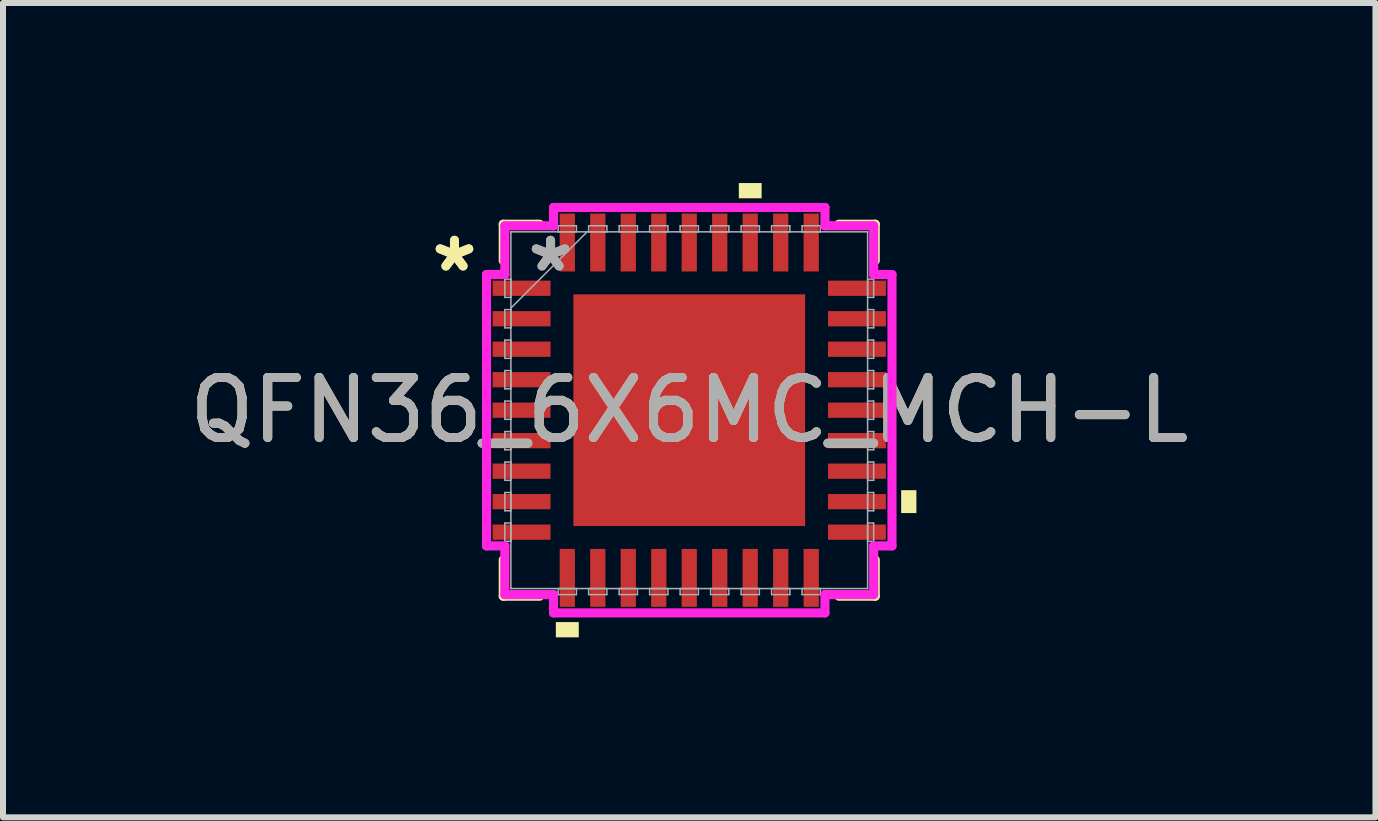
<source format=kicad_pcb>
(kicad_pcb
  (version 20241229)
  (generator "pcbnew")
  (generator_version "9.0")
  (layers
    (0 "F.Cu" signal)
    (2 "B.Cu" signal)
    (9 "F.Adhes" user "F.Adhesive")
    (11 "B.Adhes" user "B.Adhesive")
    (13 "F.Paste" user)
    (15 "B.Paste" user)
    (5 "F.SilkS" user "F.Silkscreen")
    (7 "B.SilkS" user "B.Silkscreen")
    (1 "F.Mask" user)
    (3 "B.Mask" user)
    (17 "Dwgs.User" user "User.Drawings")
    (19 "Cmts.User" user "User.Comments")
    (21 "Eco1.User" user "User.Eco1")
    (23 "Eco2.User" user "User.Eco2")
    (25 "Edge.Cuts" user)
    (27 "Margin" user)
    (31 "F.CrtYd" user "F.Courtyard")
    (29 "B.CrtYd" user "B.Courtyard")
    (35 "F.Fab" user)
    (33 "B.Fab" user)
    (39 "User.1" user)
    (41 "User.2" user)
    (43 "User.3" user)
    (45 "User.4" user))
  (footprint "QFN36_6X6MC_MCH-L"
    (layer "F.Cu")
    (at 8.435 3.785)
    (property "Reference" "QFN36_6X6MC_MCH-L" (at 0 0 0) (unlocked yes) (layer "F.SilkS") (effects (font (size 1 1) (thickness 0.15))))
    (attr smd)
    (fp_poly (pts (xy -1.994 -1.994) (xy -1.381 -1.994) (xy -1.381 1.994) (xy -1.994 1.994)) (stroke (width 0) (type solid)) (fill yes) (layer "F.Mask"))
    (fp_poly (pts (xy -1.994 -1.994) (xy 1.994 -1.994) (xy 1.994 -1.381) (xy -1.994 -1.381)) (stroke (width 0) (type solid)) (fill yes) (layer "F.Mask"))
    (fp_poly (pts (xy -1.994 -0.981) (xy 1.994 -0.981) (xy 1.994 -0.594) (xy -1.994 -0.594)) (stroke (width 0) (type solid)) (fill yes) (layer "F.Mask"))
    (fp_poly (pts (xy -1.994 -0.194) (xy 1.994 -0.194) (xy 1.994 0.194) (xy -1.994 0.194)) (stroke (width 0) (type solid)) (fill yes) (layer "F.Mask"))
    (fp_poly (pts (xy -1.994 0.594) (xy 1.994 0.594) (xy 1.994 0.981) (xy -1.994 0.981)) (stroke (width 0) (type solid)) (fill yes) (layer "F.Mask"))
    (fp_poly (pts (xy -1.994 1.381) (xy 1.994 1.381) (xy 1.994 1.994) (xy -1.994 1.994)) (stroke (width 0) (type solid)) (fill yes) (layer "F.Mask"))
    (fp_poly (pts (xy -0.594 -1.994) (xy -0.981 -1.994) (xy -0.981 1.994) (xy -0.594 1.994)) (stroke (width 0) (type solid)) (fill yes) (layer "F.Mask"))
    (fp_poly (pts (xy 0.194 -1.994) (xy -0.194 -1.994) (xy -0.194 1.994) (xy 0.194 1.994)) (stroke (width 0) (type solid)) (fill yes) (layer "F.Mask"))
    (fp_poly (pts (xy 0.981 -1.994) (xy 0.594 -1.994) (xy 0.594 1.994) (xy 0.981 1.994)) (stroke (width 0) (type solid)) (fill yes) (layer "F.Mask"))
    (fp_poly (pts (xy 1.381 -1.994) (xy 1.994 -1.994) (xy 1.994 1.994) (xy 1.381 1.994)) (stroke (width 0) (type solid)) (fill yes) (layer "F.Mask"))
    (fp_line (start -3.099 -3.099) (end -3.099 -2.492) (stroke (width 0.152) (type solid)) (layer "F.SilkS"))
    (fp_line (start -3.099 2.492) (end -3.099 3.099) (stroke (width 0.152) (type solid)) (layer "F.SilkS"))
    (fp_line (start -3.099 3.099) (end -2.492 3.099) (stroke (width 0.152) (type solid)) (layer "F.SilkS"))
    (fp_line (start -2.492 -3.099) (end -3.099 -3.099) (stroke (width 0.152) (type solid)) (layer "F.SilkS"))
    (fp_line (start 2.492 3.099) (end 3.099 3.099) (stroke (width 0.152) (type solid)) (layer "F.SilkS"))
    (fp_line (start 3.099 -3.099) (end 2.492 -3.099) (stroke (width 0.152) (type solid)) (layer "F.SilkS"))
    (fp_line (start 3.099 -2.492) (end 3.099 -3.099) (stroke (width 0.152) (type solid)) (layer "F.SilkS"))
    (fp_line (start 3.099 3.099) (end 3.099 2.492) (stroke (width 0.152) (type solid)) (layer "F.SilkS"))
    (fp_poly (pts (xy -2.223 3.531) (xy -2.223 3.785) (xy -1.841 3.785) (xy -1.841 3.531)) (stroke (width 0) (type solid)) (fill yes) (layer "F.SilkS"))
    (fp_poly (pts (xy 0.826 -3.531) (xy 0.826 -3.785) (xy 1.206 -3.785) (xy 1.206 -3.531)) (stroke (width 0) (type solid)) (fill yes) (layer "F.SilkS"))
    (fp_poly (pts (xy 3.785 1.333) (xy 3.785 1.714) (xy 3.531 1.714) (xy 3.531 1.333)) (stroke (width 0) (type solid)) (fill yes) (layer "F.SilkS"))
    (fp_poly (pts (xy -1.855 -1.855) (xy -1.855 -1.281) (xy -1.423 -1.281) (xy -1.281 -1.423) (xy -1.281 -1.855)) (stroke (width 0) (type solid)) (fill yes) (layer "F.Paste"))
    (fp_poly (pts (xy -1.855 1.281) (xy -1.855 1.855) (xy -1.281 1.855) (xy -1.281 1.423) (xy -1.423 1.281)) (stroke (width 0) (type solid)) (fill yes) (layer "F.Paste"))
    (fp_poly (pts (xy 1.281 -1.855) (xy 1.281 -1.423) (xy 1.423 -1.281) (xy 1.855 -1.281) (xy 1.855 -1.855)) (stroke (width 0) (type solid)) (fill yes) (layer "F.Paste"))
    (fp_poly (pts (xy 1.423 1.281) (xy 1.281 1.423) (xy 1.281 1.855) (xy 1.855 1.855) (xy 1.855 1.281)) (stroke (width 0) (type solid)) (fill yes) (layer "F.Paste"))
    (fp_poly (pts (xy -1.855 -1.081) (xy -1.855 -0.494) (xy -1.423 -0.494) (xy -1.281 -0.635) (xy -1.281 -0.94) (xy -1.423 -1.081)) (stroke (width 0) (type solid)) (fill yes) (layer "F.Paste"))
    (fp_poly (pts (xy -1.855 -0.294) (xy -1.855 0.294) (xy -1.423 0.294) (xy -1.281 0.152) (xy -1.281 -0.152) (xy -1.423 -0.294)) (stroke (width 0) (type solid)) (fill yes) (layer "F.Paste"))
    (fp_poly (pts (xy -1.855 0.494) (xy -1.855 1.081) (xy -1.423 1.081) (xy -1.281 0.94) (xy -1.281 0.635) (xy -1.423 0.494)) (stroke (width 0) (type solid)) (fill yes) (layer "F.Paste"))
    (fp_poly (pts (xy -1.081 -1.855) (xy -1.081 -1.423) (xy -0.94 -1.281) (xy -0.635 -1.281) (xy -0.494 -1.423) (xy -0.494 -1.855)) (stroke (width 0) (type solid)) (fill yes) (layer "F.Paste"))
    (fp_poly (pts (xy -0.94 1.281) (xy -1.081 1.423) (xy -1.081 1.855) (xy -0.494 1.855) (xy -0.494 1.423) (xy -0.635 1.281)) (stroke (width 0) (type solid)) (fill yes) (layer "F.Paste"))
    (fp_poly (pts (xy -0.294 -1.855) (xy -0.294 -1.423) (xy -0.152 -1.281) (xy 0.152 -1.281) (xy 0.294 -1.423) (xy 0.294 -1.855)) (stroke (width 0) (type solid)) (fill yes) (layer "F.Paste"))
    (fp_poly (pts (xy -0.152 1.281) (xy -0.294 1.423) (xy -0.294 1.855) (xy 0.294 1.855) (xy 0.294 1.423) (xy 0.152 1.281)) (stroke (width 0) (type solid)) (fill yes) (layer "F.Paste"))
    (fp_poly (pts (xy 0.494 -1.855) (xy 0.494 -1.423) (xy 0.635 -1.281) (xy 0.94 -1.281) (xy 1.081 -1.423) (xy 1.081 -1.855)) (stroke (width 0) (type solid)) (fill yes) (layer "F.Paste"))
    (fp_poly (pts (xy 0.635 1.281) (xy 0.494 1.423) (xy 0.494 1.855) (xy 1.081 1.855) (xy 1.081 1.423) (xy 0.94 1.281)) (stroke (width 0) (type solid)) (fill yes) (layer "F.Paste"))
    (fp_poly (pts (xy 1.423 -1.081) (xy 1.281 -0.94) (xy 1.281 -0.635) (xy 1.423 -0.494) (xy 1.855 -0.494) (xy 1.855 -1.081)) (stroke (width 0) (type solid)) (fill yes) (layer "F.Paste"))
    (fp_poly (pts (xy 1.423 -0.294) (xy 1.281 -0.152) (xy 1.281 0.152) (xy 1.423 0.294) (xy 1.855 0.294) (xy 1.855 -0.294)) (stroke (width 0) (type solid)) (fill yes) (layer "F.Paste"))
    (fp_poly (pts (xy 1.423 0.494) (xy 1.281 0.635) (xy 1.281 0.94) (xy 1.423 1.081) (xy 1.855 1.081) (xy 1.855 0.494)) (stroke (width 0) (type solid)) (fill yes) (layer "F.Paste"))
    (fp_poly (pts (xy -0.94 -1.081) (xy -1.081 -0.94) (xy -1.081 -0.635) (xy -0.94 -0.494) (xy -0.635 -0.494) (xy -0.494 -0.635) (xy -0.494 -0.94) (xy -0.635 -1.081)) (stroke (width 0) (type solid)) (fill yes) (layer "F.Paste"))
    (fp_poly (pts (xy -0.94 -0.294) (xy -1.081 -0.152) (xy -1.081 0.152) (xy -0.94 0.294) (xy -0.635 0.294) (xy -0.494 0.152) (xy -0.494 -0.152) (xy -0.635 -0.294)) (stroke (width 0) (type solid)) (fill yes) (layer "F.Paste"))
    (fp_poly (pts (xy -0.94 0.494) (xy -1.081 0.635) (xy -1.081 0.94) (xy -0.94 1.081) (xy -0.635 1.081) (xy -0.494 0.94) (xy -0.494 0.635) (xy -0.635 0.494)) (stroke (width 0) (type solid)) (fill yes) (layer "F.Paste"))
    (fp_poly (pts (xy -0.152 -1.081) (xy -0.294 -0.94) (xy -0.294 -0.635) (xy -0.152 -0.494) (xy 0.152 -0.494) (xy 0.294 -0.635) (xy 0.294 -0.94) (xy 0.152 -1.081)) (stroke (width 0) (type solid)) (fill yes) (layer "F.Paste"))
    (fp_poly (pts (xy -0.152 -0.294) (xy -0.294 -0.152) (xy -0.294 0.152) (xy -0.152 0.294) (xy 0.152 0.294) (xy 0.294 0.152) (xy 0.294 -0.152) (xy 0.152 -0.294)) (stroke (width 0) (type solid)) (fill yes) (layer "F.Paste"))
    (fp_poly (pts (xy -0.152 0.494) (xy -0.294 0.635) (xy -0.294 0.94) (xy -0.152 1.081) (xy 0.152 1.081) (xy 0.294 0.94) (xy 0.294 0.635) (xy 0.152 0.494)) (stroke (width 0) (type solid)) (fill yes) (layer "F.Paste"))
    (fp_poly (pts (xy 0.635 -1.081) (xy 0.494 -0.94) (xy 0.494 -0.635) (xy 0.635 -0.494) (xy 0.94 -0.494) (xy 1.081 -0.635) (xy 1.081 -0.94) (xy 0.94 -1.081)) (stroke (width 0) (type solid)) (fill yes) (layer "F.Paste"))
    (fp_poly (pts (xy 0.635 -0.294) (xy 0.494 -0.152) (xy 0.494 0.152) (xy 0.635 0.294) (xy 0.94 0.294) (xy 1.081 0.152) (xy 1.081 -0.152) (xy 0.94 -0.294)) (stroke (width 0) (type solid)) (fill yes) (layer "F.Paste"))
    (fp_poly (pts (xy 0.635 0.494) (xy 0.494 0.635) (xy 0.494 0.94) (xy 0.635 1.081) (xy 0.94 1.081) (xy 1.081 0.94) (xy 1.081 0.635) (xy 0.94 0.494)) (stroke (width 0) (type solid)) (fill yes) (layer "F.Paste"))
    (fp_circle (center -1.181 -1.181) (end -0.8 -1.181) (stroke (width 0.254) (type solid)) (fill no) (layer "Eco1.User"))
    (fp_circle (center -1.181 -0.394) (end -0.8 -0.394) (stroke (width 0.254) (type solid)) (fill no) (layer "Eco1.User"))
    (fp_circle (center -1.181 0.394) (end -0.8 0.394) (stroke (width 0.254) (type solid)) (fill no) (layer "Eco1.User"))
    (fp_circle (center -1.181 1.181) (end -0.8 1.181) (stroke (width 0.254) (type solid)) (fill no) (layer "Eco1.User"))
    (fp_circle (center -0.394 -1.181) (end -0.013 -1.181) (stroke (width 0.254) (type solid)) (fill no) (layer "Eco1.User"))
    (fp_circle (center -0.394 -0.394) (end -0.013 -0.394) (stroke (width 0.254) (type solid)) (fill no) (layer "Eco1.User"))
    (fp_circle (center -0.394 0.394) (end -0.013 0.394) (stroke (width 0.254) (type solid)) (fill no) (layer "Eco1.User"))
    (fp_circle (center -0.394 1.181) (end -0.013 1.181) (stroke (width 0.254) (type solid)) (fill no) (layer "Eco1.User"))
    (fp_circle (center 0.394 -1.181) (end 0.775 -1.181) (stroke (width 0.254) (type solid)) (fill no) (layer "Eco1.User"))
    (fp_circle (center 0.394 -0.394) (end 0.775 -0.394) (stroke (width 0.254) (type solid)) (fill no) (layer "Eco1.User"))
    (fp_circle (center 0.394 0.394) (end 0.775 0.394) (stroke (width 0.254) (type solid)) (fill no) (layer "Eco1.User"))
    (fp_circle (center 0.394 1.181) (end 0.775 1.181) (stroke (width 0.254) (type solid)) (fill no) (layer "Eco1.User"))
    (fp_circle (center 1.181 -1.181) (end 1.562 -1.181) (stroke (width 0.254) (type solid)) (fill no) (layer "Eco1.User"))
    (fp_circle (center 1.181 -0.394) (end 1.562 -0.394) (stroke (width 0.254) (type solid)) (fill no) (layer "Eco1.User"))
    (fp_circle (center 1.181 0.394) (end 1.562 0.394) (stroke (width 0.254) (type solid)) (fill no) (layer "Eco1.User"))
    (fp_circle (center 1.181 1.181) (end 1.562 1.181) (stroke (width 0.254) (type solid)) (fill no) (layer "Eco1.User"))
    (fp_line (start -3.378 -2.261) (end -3.073 -2.261) (stroke (width 0.152) (type solid)) (layer "F.CrtYd"))
    (fp_line (start -3.378 2.261) (end -3.378 -2.261) (stroke (width 0.152) (type solid)) (layer "F.CrtYd"))
    (fp_line (start -3.073 -3.073) (end -2.261 -3.073) (stroke (width 0.152) (type solid)) (layer "F.CrtYd"))
    (fp_line (start -3.073 -2.261) (end -3.073 -3.073) (stroke (width 0.152) (type solid)) (layer "F.CrtYd"))
    (fp_line (start -3.073 2.261) (end -3.378 2.261) (stroke (width 0.152) (type solid)) (layer "F.CrtYd"))
    (fp_line (start -3.073 3.073) (end -3.073 2.261) (stroke (width 0.152) (type solid)) (layer "F.CrtYd"))
    (fp_line (start -2.261 -3.378) (end 2.261 -3.378) (stroke (width 0.152) (type solid)) (layer "F.CrtYd"))
    (fp_line (start -2.261 -3.073) (end -2.261 -3.378) (stroke (width 0.152) (type solid)) (layer "F.CrtYd"))
    (fp_line (start -2.261 3.073) (end -3.073 3.073) (stroke (width 0.152) (type solid)) (layer "F.CrtYd"))
    (fp_line (start -2.261 3.378) (end -2.261 3.073) (stroke (width 0.152) (type solid)) (layer "F.CrtYd"))
    (fp_line (start 2.261 -3.378) (end 2.261 -3.073) (stroke (width 0.152) (type solid)) (layer "F.CrtYd"))
    (fp_line (start 2.261 -3.073) (end 3.073 -3.073) (stroke (width 0.152) (type solid)) (layer "F.CrtYd"))
    (fp_line (start 2.261 3.073) (end 2.261 3.378) (stroke (width 0.152) (type solid)) (layer "F.CrtYd"))
    (fp_line (start 2.261 3.378) (end -2.261 3.378) (stroke (width 0.152) (type solid)) (layer "F.CrtYd"))
    (fp_line (start 3.073 -3.073) (end 3.073 -2.261) (stroke (width 0.152) (type solid)) (layer "F.CrtYd"))
    (fp_line (start 3.073 -2.261) (end 3.378 -2.261) (stroke (width 0.152) (type solid)) (layer "F.CrtYd"))
    (fp_line (start 3.073 2.261) (end 3.073 3.073) (stroke (width 0.152) (type solid)) (layer "F.CrtYd"))
    (fp_line (start 3.073 3.073) (end 2.261 3.073) (stroke (width 0.152) (type solid)) (layer "F.CrtYd"))
    (fp_line (start 3.378 -2.261) (end 3.378 2.261) (stroke (width 0.152) (type solid)) (layer "F.CrtYd"))
    (fp_line (start 3.378 2.261) (end 3.073 2.261) (stroke (width 0.152) (type solid)) (layer "F.CrtYd"))
    (fp_line (start -3.073 -2.184) (end -3.073 -1.88) (stroke (width 0.025) (type solid)) (layer "F.Fab"))
    (fp_line (start -3.073 -1.88) (end -2.972 -1.88) (stroke (width 0.025) (type solid)) (layer "F.Fab"))
    (fp_line (start -3.073 -1.676) (end -3.073 -1.372) (stroke (width 0.025) (type solid)) (layer "F.Fab"))
    (fp_line (start -3.073 -1.372) (end -2.972 -1.372) (stroke (width 0.025) (type solid)) (layer "F.Fab"))
    (fp_line (start -3.073 -1.168) (end -3.073 -0.864) (stroke (width 0.025) (type solid)) (layer "F.Fab"))
    (fp_line (start -3.073 -0.864) (end -2.972 -0.864) (stroke (width 0.025) (type solid)) (layer "F.Fab"))
    (fp_line (start -3.073 -0.66) (end -3.073 -0.356) (stroke (width 0.025) (type solid)) (layer "F.Fab"))
    (fp_line (start -3.073 -0.356) (end -2.972 -0.356) (stroke (width 0.025) (type solid)) (layer "F.Fab"))
    (fp_line (start -3.073 -0.152) (end -3.073 0.152) (stroke (width 0.025) (type solid)) (layer "F.Fab"))
    (fp_line (start -3.073 0.152) (end -2.972 0.152) (stroke (width 0.025) (type solid)) (layer "F.Fab"))
    (fp_line (start -3.073 0.356) (end -3.073 0.66) (stroke (width 0.025) (type solid)) (layer "F.Fab"))
    (fp_line (start -3.073 0.66) (end -2.972 0.66) (stroke (width 0.025) (type solid)) (layer "F.Fab"))
    (fp_line (start -3.073 0.864) (end -3.073 1.168) (stroke (width 0.025) (type solid)) (layer "F.Fab"))
    (fp_line (start -3.073 1.168) (end -2.972 1.168) (stroke (width 0.025) (type solid)) (layer "F.Fab"))
    (fp_line (start -3.073 1.372) (end -3.073 1.676) (stroke (width 0.025) (type solid)) (layer "F.Fab"))
    (fp_line (start -3.073 1.676) (end -2.972 1.676) (stroke (width 0.025) (type solid)) (layer "F.Fab"))
    (fp_line (start -3.073 1.88) (end -3.073 2.184) (stroke (width 0.025) (type solid)) (layer "F.Fab"))
    (fp_line (start -3.073 2.184) (end -2.972 2.184) (stroke (width 0.025) (type solid)) (layer "F.Fab"))
    (fp_line (start -2.972 -2.972) (end -2.972 -2.972) (stroke (width 0.025) (type solid)) (layer "F.Fab"))
    (fp_line (start -2.972 -2.972) (end -2.972 2.972) (stroke (width 0.025) (type solid)) (layer "F.Fab"))
    (fp_line (start -2.972 -2.184) (end -3.073 -2.184) (stroke (width 0.025) (type solid)) (layer "F.Fab"))
    (fp_line (start -2.972 -1.88) (end -2.972 -2.184) (stroke (width 0.025) (type solid)) (layer "F.Fab"))
    (fp_line (start -2.972 -1.702) (end -1.702 -2.972) (stroke (width 0.025) (type solid)) (layer "F.Fab"))
    (fp_line (start -2.972 -1.676) (end -3.073 -1.676) (stroke (width 0.025) (type solid)) (layer "F.Fab"))
    (fp_line (start -2.972 -1.372) (end -2.972 -1.676) (stroke (width 0.025) (type solid)) (layer "F.Fab"))
    (fp_line (start -2.972 -1.168) (end -3.073 -1.168) (stroke (width 0.025) (type solid)) (layer "F.Fab"))
    (fp_line (start -2.972 -0.864) (end -2.972 -1.168) (stroke (width 0.025) (type solid)) (layer "F.Fab"))
    (fp_line (start -2.972 -0.66) (end -3.073 -0.66) (stroke (width 0.025) (type solid)) (layer "F.Fab"))
    (fp_line (start -2.972 -0.356) (end -2.972 -0.66) (stroke (width 0.025) (type solid)) (layer "F.Fab"))
    (fp_line (start -2.972 -0.152) (end -3.073 -0.152) (stroke (width 0.025) (type solid)) (layer "F.Fab"))
    (fp_line (start -2.972 0.152) (end -2.972 -0.152) (stroke (width 0.025) (type solid)) (layer "F.Fab"))
    (fp_line (start -2.972 0.356) (end -3.073 0.356) (stroke (width 0.025) (type solid)) (layer "F.Fab"))
    (fp_line (start -2.972 0.66) (end -2.972 0.356) (stroke (width 0.025) (type solid)) (layer "F.Fab"))
    (fp_line (start -2.972 0.864) (end -3.073 0.864) (stroke (width 0.025) (type solid)) (layer "F.Fab"))
    (fp_line (start -2.972 1.168) (end -2.972 0.864) (stroke (width 0.025) (type solid)) (layer "F.Fab"))
    (fp_line (start -2.972 1.372) (end -3.073 1.372) (stroke (width 0.025) (type solid)) (layer "F.Fab"))
    (fp_line (start -2.972 1.676) (end -2.972 1.372) (stroke (width 0.025) (type solid)) (layer "F.Fab"))
    (fp_line (start -2.972 1.88) (end -3.073 1.88) (stroke (width 0.025) (type solid)) (layer "F.Fab"))
    (fp_line (start -2.972 2.184) (end -2.972 1.88) (stroke (width 0.025) (type solid)) (layer "F.Fab"))
    (fp_line (start -2.972 2.972) (end -2.972 2.972) (stroke (width 0.025) (type solid)) (layer "F.Fab"))
    (fp_line (start -2.972 2.972) (end 2.972 2.972) (stroke (width 0.025) (type solid)) (layer "F.Fab"))
    (fp_line (start -2.184 -3.073) (end -2.184 -2.972) (stroke (width 0.025) (type solid)) (layer "F.Fab"))
    (fp_line (start -2.184 -2.972) (end -1.88 -2.972) (stroke (width 0.025) (type solid)) (layer "F.Fab"))
    (fp_line (start -2.184 2.972) (end -2.184 3.073) (stroke (width 0.025) (type solid)) (layer "F.Fab"))
    (fp_line (start -2.184 3.073) (end -1.88 3.073) (stroke (width 0.025) (type solid)) (layer "F.Fab"))
    (fp_line (start -1.88 -3.073) (end -2.184 -3.073) (stroke (width 0.025) (type solid)) (layer "F.Fab"))
    (fp_line (start -1.88 -2.972) (end -1.88 -3.073) (stroke (width 0.025) (type solid)) (layer "F.Fab"))
    (fp_line (start -1.88 2.972) (end -2.184 2.972) (stroke (width 0.025) (type solid)) (layer "F.Fab"))
    (fp_line (start -1.88 3.073) (end -1.88 2.972) (stroke (width 0.025) (type solid)) (layer "F.Fab"))
    (fp_line (start -1.676 -3.073) (end -1.676 -2.972) (stroke (width 0.025) (type solid)) (layer "F.Fab"))
    (fp_line (start -1.676 -2.972) (end -1.372 -2.972) (stroke (width 0.025) (type solid)) (layer "F.Fab"))
    (fp_line (start -1.676 2.972) (end -1.676 3.073) (stroke (width 0.025) (type solid)) (layer "F.Fab"))
    (fp_line (start -1.676 3.073) (end -1.372 3.073) (stroke (width 0.025) (type solid)) (layer "F.Fab"))
    (fp_line (start -1.372 -3.073) (end -1.676 -3.073) (stroke (width 0.025) (type solid)) (layer "F.Fab"))
    (fp_line (start -1.372 -2.972) (end -1.372 -3.073) (stroke (width 0.025) (type solid)) (layer "F.Fab"))
    (fp_line (start -1.372 2.972) (end -1.676 2.972) (stroke (width 0.025) (type solid)) (layer "F.Fab"))
    (fp_line (start -1.372 3.073) (end -1.372 2.972) (stroke (width 0.025) (type solid)) (layer "F.Fab"))
    (fp_line (start -1.168 -3.073) (end -1.168 -2.972) (stroke (width 0.025) (type solid)) (layer "F.Fab"))
    (fp_line (start -1.168 -2.972) (end -0.864 -2.972) (stroke (width 0.025) (type solid)) (layer "F.Fab"))
    (fp_line (start -1.168 2.972) (end -1.168 3.073) (stroke (width 0.025) (type solid)) (layer "F.Fab"))
    (fp_line (start -1.168 3.073) (end -0.864 3.073) (stroke (width 0.025) (type solid)) (layer "F.Fab"))
    (fp_line (start -0.864 -3.073) (end -1.168 -3.073) (stroke (width 0.025) (type solid)) (layer "F.Fab"))
    (fp_line (start -0.864 -2.972) (end -0.864 -3.073) (stroke (width 0.025) (type solid)) (layer "F.Fab"))
    (fp_line (start -0.864 2.972) (end -1.168 2.972) (stroke (width 0.025) (type solid)) (layer "F.Fab"))
    (fp_line (start -0.864 3.073) (end -0.864 2.972) (stroke (width 0.025) (type solid)) (layer "F.Fab"))
    (fp_line (start -0.66 -3.073) (end -0.66 -2.972) (stroke (width 0.025) (type solid)) (layer "F.Fab"))
    (fp_line (start -0.66 -2.972) (end -0.356 -2.972) (stroke (width 0.025) (type solid)) (layer "F.Fab"))
    (fp_line (start -0.66 2.972) (end -0.66 3.073) (stroke (width 0.025) (type solid)) (layer "F.Fab"))
    (fp_line (start -0.66 3.073) (end -0.356 3.073) (stroke (width 0.025) (type solid)) (layer "F.Fab"))
    (fp_line (start -0.356 -3.073) (end -0.66 -3.073) (stroke (width 0.025) (type solid)) (layer "F.Fab"))
    (fp_line (start -0.356 -2.972) (end -0.356 -3.073) (stroke (width 0.025) (type solid)) (layer "F.Fab"))
    (fp_line (start -0.356 2.972) (end -0.66 2.972) (stroke (width 0.025) (type solid)) (layer "F.Fab"))
    (fp_line (start -0.356 3.073) (end -0.356 2.972) (stroke (width 0.025) (type solid)) (layer "F.Fab"))
    (fp_line (start -0.152 -3.073) (end -0.152 -2.972) (stroke (width 0.025) (type solid)) (layer "F.Fab"))
    (fp_line (start -0.152 -2.972) (end 0.152 -2.972) (stroke (width 0.025) (type solid)) (layer "F.Fab"))
    (fp_line (start -0.152 2.972) (end -0.152 3.073) (stroke (width 0.025) (type solid)) (layer "F.Fab"))
    (fp_line (start -0.152 3.073) (end 0.152 3.073) (stroke (width 0.025) (type solid)) (layer "F.Fab"))
    (fp_line (start 0.152 -3.073) (end -0.152 -3.073) (stroke (width 0.025) (type solid)) (layer "F.Fab"))
    (fp_line (start 0.152 -2.972) (end 0.152 -3.073) (stroke (width 0.025) (type solid)) (layer "F.Fab"))
    (fp_line (start 0.152 2.972) (end -0.152 2.972) (stroke (width 0.025) (type solid)) (layer "F.Fab"))
    (fp_line (start 0.152 3.073) (end 0.152 2.972) (stroke (width 0.025) (type solid)) (layer "F.Fab"))
    (fp_line (start 0.356 -3.073) (end 0.356 -2.972) (stroke (width 0.025) (type solid)) (layer "F.Fab"))
    (fp_line (start 0.356 -2.972) (end 0.66 -2.972) (stroke (width 0.025) (type solid)) (layer "F.Fab"))
    (fp_line (start 0.356 2.972) (end 0.356 3.073) (stroke (width 0.025) (type solid)) (layer "F.Fab"))
    (fp_line (start 0.356 3.073) (end 0.66 3.073) (stroke (width 0.025) (type solid)) (layer "F.Fab"))
    (fp_line (start 0.66 -3.073) (end 0.356 -3.073) (stroke (width 0.025) (type solid)) (layer "F.Fab"))
    (fp_line (start 0.66 -2.972) (end 0.66 -3.073) (stroke (width 0.025) (type solid)) (layer "F.Fab"))
    (fp_line (start 0.66 2.972) (end 0.356 2.972) (stroke (width 0.025) (type solid)) (layer "F.Fab"))
    (fp_line (start 0.66 3.073) (end 0.66 2.972) (stroke (width 0.025) (type solid)) (layer "F.Fab"))
    (fp_line (start 0.864 -3.073) (end 0.864 -2.972) (stroke (width 0.025) (type solid)) (layer "F.Fab"))
    (fp_line (start 0.864 -2.972) (end 1.168 -2.972) (stroke (width 0.025) (type solid)) (layer "F.Fab"))
    (fp_line (start 0.864 2.972) (end 0.864 3.073) (stroke (width 0.025) (type solid)) (layer "F.Fab"))
    (fp_line (start 0.864 3.073) (end 1.168 3.073) (stroke (width 0.025) (type solid)) (layer "F.Fab"))
    (fp_line (start 1.168 -3.073) (end 0.864 -3.073) (stroke (width 0.025) (type solid)) (layer "F.Fab"))
    (fp_line (start 1.168 -2.972) (end 1.168 -3.073) (stroke (width 0.025) (type solid)) (layer "F.Fab"))
    (fp_line (start 1.168 2.972) (end 0.864 2.972) (stroke (width 0.025) (type solid)) (layer "F.Fab"))
    (fp_line (start 1.168 3.073) (end 1.168 2.972) (stroke (width 0.025) (type solid)) (layer "F.Fab"))
    (fp_line (start 1.372 -3.073) (end 1.372 -2.972) (stroke (width 0.025) (type solid)) (layer "F.Fab"))
    (fp_line (start 1.372 -2.972) (end 1.676 -2.972) (stroke (width 0.025) (type solid)) (layer "F.Fab"))
    (fp_line (start 1.372 2.972) (end 1.372 3.073) (stroke (width 0.025) (type solid)) (layer "F.Fab"))
    (fp_line (start 1.372 3.073) (end 1.676 3.073) (stroke (width 0.025) (type solid)) (layer "F.Fab"))
    (fp_line (start 1.676 -3.073) (end 1.372 -3.073) (stroke (width 0.025) (type solid)) (layer "F.Fab"))
    (fp_line (start 1.676 -2.972) (end 1.676 -3.073) (stroke (width 0.025) (type solid)) (layer "F.Fab"))
    (fp_line (start 1.676 2.972) (end 1.372 2.972) (stroke (width 0.025) (type solid)) (layer "F.Fab"))
    (fp_line (start 1.676 3.073) (end 1.676 2.972) (stroke (width 0.025) (type solid)) (layer "F.Fab"))
    (fp_line (start 1.88 -3.073) (end 1.88 -2.972) (stroke (width 0.025) (type solid)) (layer "F.Fab"))
    (fp_line (start 1.88 -2.972) (end 2.184 -2.972) (stroke (width 0.025) (type solid)) (layer "F.Fab"))
    (fp_line (start 1.88 2.972) (end 1.88 3.073) (stroke (width 0.025) (type solid)) (layer "F.Fab"))
    (fp_line (start 1.88 3.073) (end 2.184 3.073) (stroke (width 0.025) (type solid)) (layer "F.Fab"))
    (fp_line (start 2.184 -3.073) (end 1.88 -3.073) (stroke (width 0.025) (type solid)) (layer "F.Fab"))
    (fp_line (start 2.184 -2.972) (end 2.184 -3.073) (stroke (width 0.025) (type solid)) (layer "F.Fab"))
    (fp_line (start 2.184 2.972) (end 1.88 2.972) (stroke (width 0.025) (type solid)) (layer "F.Fab"))
    (fp_line (start 2.184 3.073) (end 2.184 2.972) (stroke (width 0.025) (type solid)) (layer "F.Fab"))
    (fp_line (start 2.972 -2.972) (end -2.972 -2.972) (stroke (width 0.025) (type solid)) (layer "F.Fab"))
    (fp_line (start 2.972 -2.972) (end 2.972 -2.972) (stroke (width 0.025) (type solid)) (layer "F.Fab"))
    (fp_line (start 2.972 -2.184) (end 2.972 -1.88) (stroke (width 0.025) (type solid)) (layer "F.Fab"))
    (fp_line (start 2.972 -1.88) (end 3.073 -1.88) (stroke (width 0.025) (type solid)) (layer "F.Fab"))
    (fp_line (start 2.972 -1.676) (end 2.972 -1.372) (stroke (width 0.025) (type solid)) (layer "F.Fab"))
    (fp_line (start 2.972 -1.372) (end 3.073 -1.372) (stroke (width 0.025) (type solid)) (layer "F.Fab"))
    (fp_line (start 2.972 -1.168) (end 2.972 -0.864) (stroke (width 0.025) (type solid)) (layer "F.Fab"))
    (fp_line (start 2.972 -0.864) (end 3.073 -0.864) (stroke (width 0.025) (type solid)) (layer "F.Fab"))
    (fp_line (start 2.972 -0.66) (end 2.972 -0.356) (stroke (width 0.025) (type solid)) (layer "F.Fab"))
    (fp_line (start 2.972 -0.356) (end 3.073 -0.356) (stroke (width 0.025) (type solid)) (layer "F.Fab"))
    (fp_line (start 2.972 -0.152) (end 2.972 0.152) (stroke (width 0.025) (type solid)) (layer "F.Fab"))
    (fp_line (start 2.972 0.152) (end 3.073 0.152) (stroke (width 0.025) (type solid)) (layer "F.Fab"))
    (fp_line (start 2.972 0.356) (end 2.972 0.66) (stroke (width 0.025) (type solid)) (layer "F.Fab"))
    (fp_line (start 2.972 0.66) (end 3.073 0.66) (stroke (width 0.025) (type solid)) (layer "F.Fab"))
    (fp_line (start 2.972 0.864) (end 2.972 1.168) (stroke (width 0.025) (type solid)) (layer "F.Fab"))
    (fp_line (start 2.972 1.168) (end 3.073 1.168) (stroke (width 0.025) (type solid)) (layer "F.Fab"))
    (fp_line (start 2.972 1.372) (end 2.972 1.676) (stroke (width 0.025) (type solid)) (layer "F.Fab"))
    (fp_line (start 2.972 1.676) (end 3.073 1.676) (stroke (width 0.025) (type solid)) (layer "F.Fab"))
    (fp_line (start 2.972 1.88) (end 2.972 2.184) (stroke (width 0.025) (type solid)) (layer "F.Fab"))
    (fp_line (start 2.972 2.184) (end 3.073 2.184) (stroke (width 0.025) (type solid)) (layer "F.Fab"))
    (fp_line (start 2.972 2.972) (end 2.972 -2.972) (stroke (width 0.025) (type solid)) (layer "F.Fab"))
    (fp_line (start 2.972 2.972) (end 2.972 2.972) (stroke (width 0.025) (type solid)) (layer "F.Fab"))
    (fp_line (start 3.073 -2.184) (end 2.972 -2.184) (stroke (width 0.025) (type solid)) (layer "F.Fab"))
    (fp_line (start 3.073 -1.88) (end 3.073 -2.184) (stroke (width 0.025) (type solid)) (layer "F.Fab"))
    (fp_line (start 3.073 -1.676) (end 2.972 -1.676) (stroke (width 0.025) (type solid)) (layer "F.Fab"))
    (fp_line (start 3.073 -1.372) (end 3.073 -1.676) (stroke (width 0.025) (type solid)) (layer "F.Fab"))
    (fp_line (start 3.073 -1.168) (end 2.972 -1.168) (stroke (width 0.025) (type solid)) (layer "F.Fab"))
    (fp_line (start 3.073 -0.864) (end 3.073 -1.168) (stroke (width 0.025) (type solid)) (layer "F.Fab"))
    (fp_line (start 3.073 -0.66) (end 2.972 -0.66) (stroke (width 0.025) (type solid)) (layer "F.Fab"))
    (fp_line (start 3.073 -0.356) (end 3.073 -0.66) (stroke (width 0.025) (type solid)) (layer "F.Fab"))
    (fp_line (start 3.073 -0.152) (end 2.972 -0.152) (stroke (width 0.025) (type solid)) (layer "F.Fab"))
    (fp_line (start 3.073 0.152) (end 3.073 -0.152) (stroke (width 0.025) (type solid)) (layer "F.Fab"))
    (fp_line (start 3.073 0.356) (end 2.972 0.356) (stroke (width 0.025) (type solid)) (layer "F.Fab"))
    (fp_line (start 3.073 0.66) (end 3.073 0.356) (stroke (width 0.025) (type solid)) (layer "F.Fab"))
    (fp_line (start 3.073 0.864) (end 2.972 0.864) (stroke (width 0.025) (type solid)) (layer "F.Fab"))
    (fp_line (start 3.073 1.168) (end 3.073 0.864) (stroke (width 0.025) (type solid)) (layer "F.Fab"))
    (fp_line (start 3.073 1.372) (end 2.972 1.372) (stroke (width 0.025) (type solid)) (layer "F.Fab"))
    (fp_line (start 3.073 1.676) (end 3.073 1.372) (stroke (width 0.025) (type solid)) (layer "F.Fab"))
    (fp_line (start 3.073 1.88) (end 2.972 1.88) (stroke (width 0.025) (type solid)) (layer "F.Fab"))
    (fp_line (start 3.073 2.184) (end 3.073 1.88) (stroke (width 0.025) (type solid)) (layer "F.Fab"))
    (fp_text user "*" (at -3.912 -2.286 0) (unlocked yes) (layer "F.SilkS") (effects (font (size 1 1) (thickness 0.15))))
    (fp_text user "*" (at -3.912 -2.286 0) (layer "F.SilkS") (effects (font (size 1 1) (thickness 0.15))))
    (fp_text user "*" (at -2.311 -2.286 0) (layer "F.Fab") (effects (font (size 1 1) (thickness 0.15))))
    (fp_text user "${REFERENCE}" (at 0 0 0) (unlocked yes) (layer "F.Fab") (effects (font (size 1 1) (thickness 0.15))))
    (fp_text user "*" (at -2.311 -2.286 0) (unlocked yes) (layer "F.Fab") (effects (font (size 1 1) (thickness 0.15))))
    (pad "1" smd rect (at -2.794 -2.032 90) (size 0.254 0.965) (layers "F.Cu" "F.Mask" "F.Paste"))
    (pad "2" smd rect (at -2.794 -1.524 90) (size 0.254 0.965) (layers "F.Cu" "F.Mask" "F.Paste"))
    (pad "3" smd rect (at -2.794 -1.016 90) (size 0.254 0.965) (layers "F.Cu" "F.Mask" "F.Paste"))
    (pad "4" smd rect (at -2.794 -0.508 90) (size 0.254 0.965) (layers "F.Cu" "F.Mask" "F.Paste"))
    (pad "5" smd rect (at -2.794 0 90) (size 0.254 0.965) (layers "F.Cu" "F.Mask" "F.Paste"))
    (pad "6" smd rect (at -2.794 0.508 90) (size 0.254 0.965) (layers "F.Cu" "F.Mask" "F.Paste"))
    (pad "7" smd rect (at -2.794 1.016 90) (size 0.254 0.965) (layers "F.Cu" "F.Mask" "F.Paste"))
    (pad "8" smd rect (at -2.794 1.524 90) (size 0.254 0.965) (layers "F.Cu" "F.Mask" "F.Paste"))
    (pad "9" smd rect (at -2.794 2.032 90) (size 0.254 0.965) (layers "F.Cu" "F.Mask" "F.Paste"))
    (pad "10" smd rect (at -2.032 2.794) (size 0.254 0.965) (layers "F.Cu" "F.Mask" "F.Paste"))
    (pad "11" smd rect (at -1.524 2.794) (size 0.254 0.965) (layers "F.Cu" "F.Mask" "F.Paste"))
    (pad "12" smd rect (at -1.016 2.794) (size 0.254 0.965) (layers "F.Cu" "F.Mask" "F.Paste"))
    (pad "13" smd rect (at -0.508 2.794) (size 0.254 0.965) (layers "F.Cu" "F.Mask" "F.Paste"))
    (pad "14" smd rect (at 0 2.794) (size 0.254 0.965) (layers "F.Cu" "F.Mask" "F.Paste"))
    (pad "15" smd rect (at 0.508 2.794) (size 0.254 0.965) (layers "F.Cu" "F.Mask" "F.Paste"))
    (pad "16" smd rect (at 1.016 2.794) (size 0.254 0.965) (layers "F.Cu" "F.Mask" "F.Paste"))
    (pad "17" smd rect (at 1.524 2.794) (size 0.254 0.965) (layers "F.Cu" "F.Mask" "F.Paste"))
    (pad "18" smd rect (at 2.032 2.794) (size 0.254 0.965) (layers "F.Cu" "F.Mask" "F.Paste"))
    (pad "19" smd rect (at 2.794 2.032 90) (size 0.254 0.965) (layers "F.Cu" "F.Mask" "F.Paste"))
    (pad "20" smd rect (at 2.794 1.524 90) (size 0.254 0.965) (layers "F.Cu" "F.Mask" "F.Paste"))
    (pad "21" smd rect (at 2.794 1.016 90) (size 0.254 0.965) (layers "F.Cu" "F.Mask" "F.Paste"))
    (pad "22" smd rect (at 2.794 0.508 90) (size 0.254 0.965) (layers "F.Cu" "F.Mask" "F.Paste"))
    (pad "23" smd rect (at 2.794 0 90) (size 0.254 0.965) (layers "F.Cu" "F.Mask" "F.Paste"))
    (pad "24" smd rect (at 2.794 -0.508 90) (size 0.254 0.965) (layers "F.Cu" "F.Mask" "F.Paste"))
    (pad "25" smd rect (at 2.794 -1.016 90) (size 0.254 0.965) (layers "F.Cu" "F.Mask" "F.Paste"))
    (pad "26" smd rect (at 2.794 -1.524 90) (size 0.254 0.965) (layers "F.Cu" "F.Mask" "F.Paste"))
    (pad "27" smd rect (at 2.794 -2.032 90) (size 0.254 0.965) (layers "F.Cu" "F.Mask" "F.Paste"))
    (pad "28" smd rect (at 2.032 -2.794) (size 0.254 0.965) (layers "F.Cu" "F.Mask" "F.Paste"))
    (pad "29" smd rect (at 1.524 -2.794) (size 0.254 0.965) (layers "F.Cu" "F.Mask" "F.Paste"))
    (pad "30" smd rect (at 1.016 -2.794) (size 0.254 0.965) (layers "F.Cu" "F.Mask" "F.Paste"))
    (pad "31" smd rect (at 0.508 -2.794) (size 0.254 0.965) (layers "F.Cu" "F.Mask" "F.Paste"))
    (pad "32" smd rect (at 0 -2.794) (size 0.254 0.965) (layers "F.Cu" "F.Mask" "F.Paste"))
    (pad "33" smd rect (at -0.508 -2.794) (size 0.254 0.965) (layers "F.Cu" "F.Mask" "F.Paste"))
    (pad "34" smd rect (at -1.016 -2.794) (size 0.254 0.965) (layers "F.Cu" "F.Mask" "F.Paste"))
    (pad "35" smd rect (at -1.524 -2.794) (size 0.254 0.965) (layers "F.Cu" "F.Mask" "F.Paste"))
    (pad "36" smd rect (at -2.032 -2.794) (size 0.254 0.965) (layers "F.Cu" "F.Mask" "F.Paste"))
    (pad "37" smd rect (at 0 0) (size 3.861 3.861) (layers "F.Cu")))
  (gr_rect
    (start -3 -3)
    (end 19.869 10.569)
    (stroke (width 0.1) (type default))
    (fill no)
    (layer "Edge.Cuts")))
</source>
